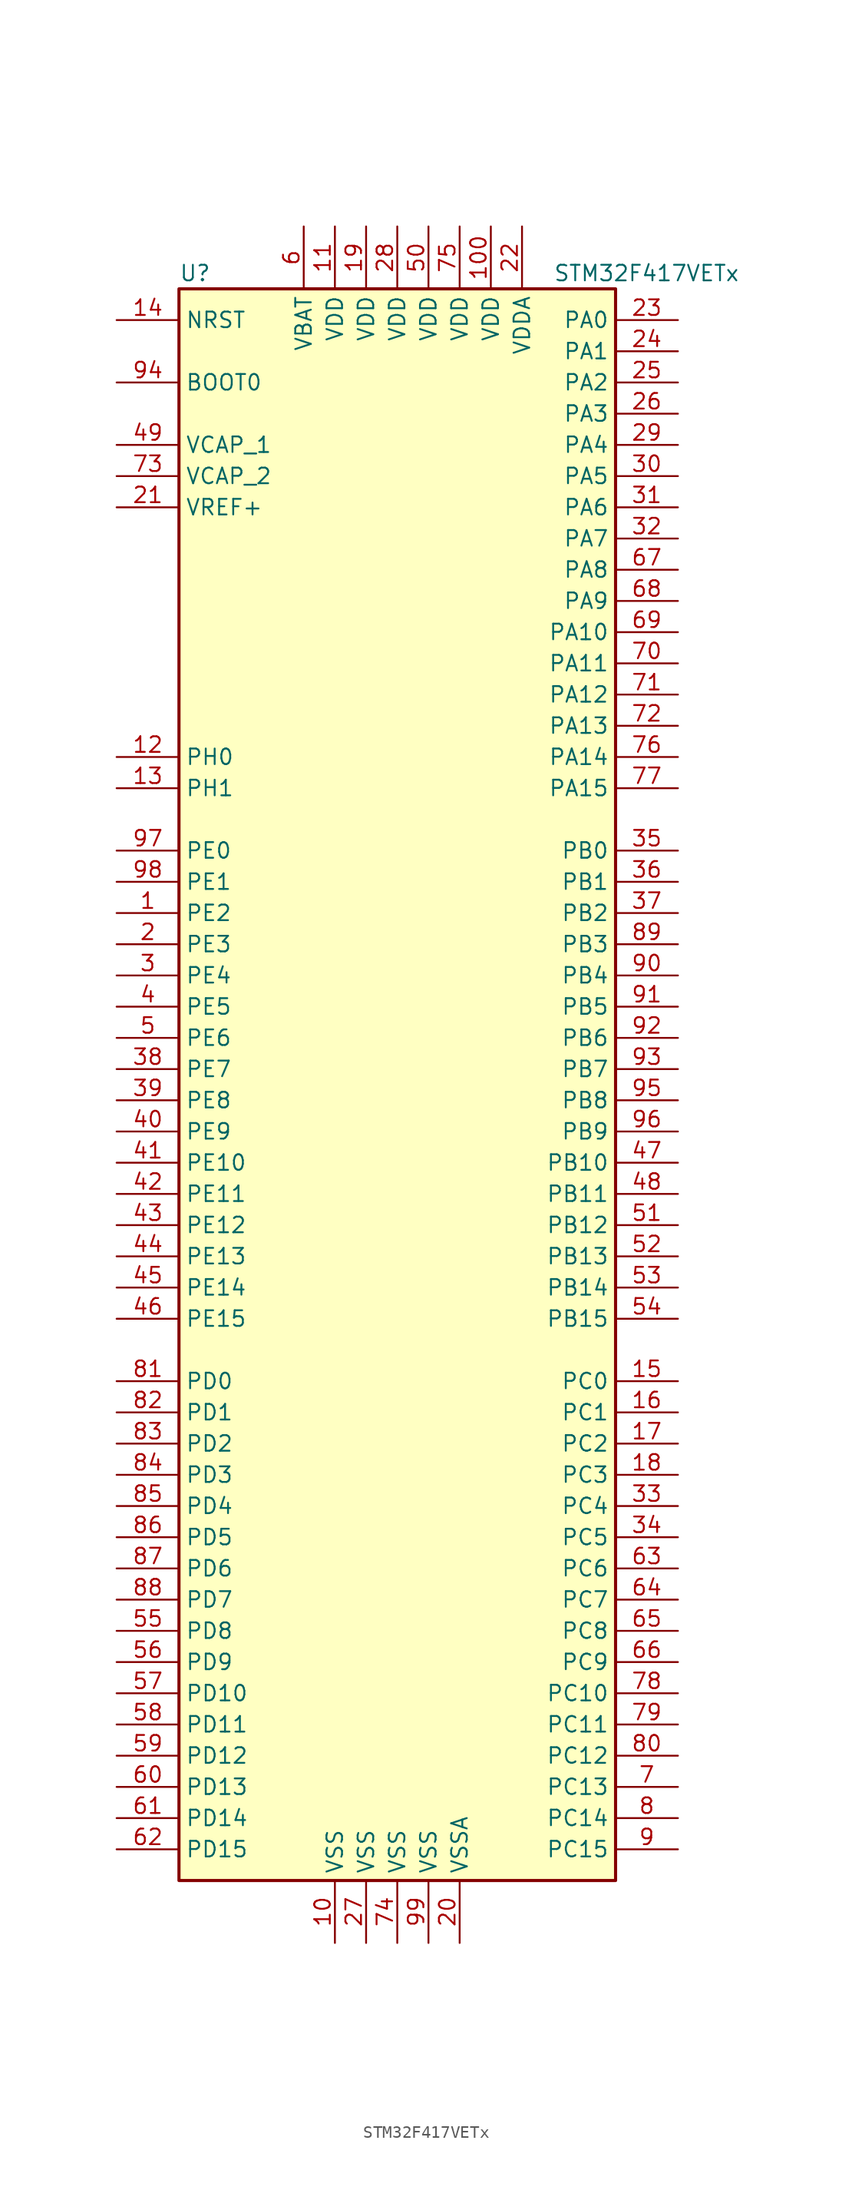
<source format=kicad_sym>
(kicad_symbol_lib
  (version 20201005)
  (generator kicad_symbol_editor)
  (symbol "MCU_ST_STM32F4:STM32F417VETx"
    (property "Reference" "U"
      (at -17.78 64.77 0)
      (effects (font (size 1.27 1.27)) (justify left)))
    (property "Value" "STM32F417VETx"
      (at 12.7 64.77 0)
      (effects (font (size 1.27 1.27)) (justify left)))
    (symbol "STM32F417VETx_0_1"
      (rectangle (start -17.78 -66.04) (end 17.78 63.5) (stroke (width 0.254)) (fill (type background))))
    (symbol "STM32F417VETx_1_1"
      (pin input line (at -22.86 55.88 0) (length 5.08) (name "BOOT0" (effects (font (size 1.27 1.27)))) (number "94" (effects (font (size 1.27 1.27)))))
      (pin input line (at -22.86 60.96 0) (length 5.08) (name "NRST" (effects (font (size 1.27 1.27)))) (number "14" (effects (font (size 1.27 1.27)))))
      (pin bidirectional line (at 22.86 60.96 180) (length 5.08) (name "PA0" (effects (font (size 1.27 1.27)))) (number "23" (effects (font (size 1.27 1.27)))))
      (pin bidirectional line (at 22.86 58.42 180) (length 5.08) (name "PA1" (effects (font (size 1.27 1.27)))) (number "24" (effects (font (size 1.27 1.27)))))
      (pin bidirectional line (at 22.86 35.56 180) (length 5.08) (name "PA10" (effects (font (size 1.27 1.27)))) (number "69" (effects (font (size 1.27 1.27)))))
      (pin bidirectional line (at 22.86 33.02 180) (length 5.08) (name "PA11" (effects (font (size 1.27 1.27)))) (number "70" (effects (font (size 1.27 1.27)))))
      (pin bidirectional line (at 22.86 30.48 180) (length 5.08) (name "PA12" (effects (font (size 1.27 1.27)))) (number "71" (effects (font (size 1.27 1.27)))))
      (pin bidirectional line (at 22.86 27.94 180) (length 5.08) (name "PA13" (effects (font (size 1.27 1.27)))) (number "72" (effects (font (size 1.27 1.27)))))
      (pin bidirectional line (at 22.86 25.4 180) (length 5.08) (name "PA14" (effects (font (size 1.27 1.27)))) (number "76" (effects (font (size 1.27 1.27)))))
      (pin bidirectional line (at 22.86 22.86 180) (length 5.08) (name "PA15" (effects (font (size 1.27 1.27)))) (number "77" (effects (font (size 1.27 1.27)))))
      (pin bidirectional line (at 22.86 55.88 180) (length 5.08) (name "PA2" (effects (font (size 1.27 1.27)))) (number "25" (effects (font (size 1.27 1.27)))))
      (pin bidirectional line (at 22.86 53.34 180) (length 5.08) (name "PA3" (effects (font (size 1.27 1.27)))) (number "26" (effects (font (size 1.27 1.27)))))
      (pin bidirectional line (at 22.86 50.8 180) (length 5.08) (name "PA4" (effects (font (size 1.27 1.27)))) (number "29" (effects (font (size 1.27 1.27)))))
      (pin bidirectional line (at 22.86 48.26 180) (length 5.08) (name "PA5" (effects (font (size 1.27 1.27)))) (number "30" (effects (font (size 1.27 1.27)))))
      (pin bidirectional line (at 22.86 45.72 180) (length 5.08) (name "PA6" (effects (font (size 1.27 1.27)))) (number "31" (effects (font (size 1.27 1.27)))))
      (pin bidirectional line (at 22.86 43.18 180) (length 5.08) (name "PA7" (effects (font (size 1.27 1.27)))) (number "32" (effects (font (size 1.27 1.27)))))
      (pin bidirectional line (at 22.86 40.64 180) (length 5.08) (name "PA8" (effects (font (size 1.27 1.27)))) (number "67" (effects (font (size 1.27 1.27)))))
      (pin bidirectional line (at 22.86 38.1 180) (length 5.08) (name "PA9" (effects (font (size 1.27 1.27)))) (number "68" (effects (font (size 1.27 1.27)))))
      (pin bidirectional line (at 22.86 17.78 180) (length 5.08) (name "PB0" (effects (font (size 1.27 1.27)))) (number "35" (effects (font (size 1.27 1.27)))))
      (pin bidirectional line (at 22.86 15.24 180) (length 5.08) (name "PB1" (effects (font (size 1.27 1.27)))) (number "36" (effects (font (size 1.27 1.27)))))
      (pin bidirectional line (at 22.86 -7.62 180) (length 5.08) (name "PB10" (effects (font (size 1.27 1.27)))) (number "47" (effects (font (size 1.27 1.27)))))
      (pin bidirectional line (at 22.86 -10.16 180) (length 5.08) (name "PB11" (effects (font (size 1.27 1.27)))) (number "48" (effects (font (size 1.27 1.27)))))
      (pin bidirectional line (at 22.86 -12.7 180) (length 5.08) (name "PB12" (effects (font (size 1.27 1.27)))) (number "51" (effects (font (size 1.27 1.27)))))
      (pin bidirectional line (at 22.86 -15.24 180) (length 5.08) (name "PB13" (effects (font (size 1.27 1.27)))) (number "52" (effects (font (size 1.27 1.27)))))
      (pin bidirectional line (at 22.86 -17.78 180) (length 5.08) (name "PB14" (effects (font (size 1.27 1.27)))) (number "53" (effects (font (size 1.27 1.27)))))
      (pin bidirectional line (at 22.86 -20.32 180) (length 5.08) (name "PB15" (effects (font (size 1.27 1.27)))) (number "54" (effects (font (size 1.27 1.27)))))
      (pin bidirectional line (at 22.86 12.7 180) (length 5.08) (name "PB2" (effects (font (size 1.27 1.27)))) (number "37" (effects (font (size 1.27 1.27)))))
      (pin bidirectional line (at 22.86 10.16 180) (length 5.08) (name "PB3" (effects (font (size 1.27 1.27)))) (number "89" (effects (font (size 1.27 1.27)))))
      (pin bidirectional line (at 22.86 7.62 180) (length 5.08) (name "PB4" (effects (font (size 1.27 1.27)))) (number "90" (effects (font (size 1.27 1.27)))))
      (pin bidirectional line (at 22.86 5.08 180) (length 5.08) (name "PB5" (effects (font (size 1.27 1.27)))) (number "91" (effects (font (size 1.27 1.27)))))
      (pin bidirectional line (at 22.86 2.54 180) (length 5.08) (name "PB6" (effects (font (size 1.27 1.27)))) (number "92" (effects (font (size 1.27 1.27)))))
      (pin bidirectional line (at 22.86 0 180) (length 5.08) (name "PB7" (effects (font (size 1.27 1.27)))) (number "93" (effects (font (size 1.27 1.27)))))
      (pin bidirectional line (at 22.86 -2.54 180) (length 5.08) (name "PB8" (effects (font (size 1.27 1.27)))) (number "95" (effects (font (size 1.27 1.27)))))
      (pin bidirectional line (at 22.86 -5.08 180) (length 5.08) (name "PB9" (effects (font (size 1.27 1.27)))) (number "96" (effects (font (size 1.27 1.27)))))
      (pin bidirectional line (at 22.86 -25.4 180) (length 5.08) (name "PC0" (effects (font (size 1.27 1.27)))) (number "15" (effects (font (size 1.27 1.27)))))
      (pin bidirectional line (at 22.86 -27.94 180) (length 5.08) (name "PC1" (effects (font (size 1.27 1.27)))) (number "16" (effects (font (size 1.27 1.27)))))
      (pin bidirectional line (at 22.86 -50.8 180) (length 5.08) (name "PC10" (effects (font (size 1.27 1.27)))) (number "78" (effects (font (size 1.27 1.27)))))
      (pin bidirectional line (at 22.86 -53.34 180) (length 5.08) (name "PC11" (effects (font (size 1.27 1.27)))) (number "79" (effects (font (size 1.27 1.27)))))
      (pin bidirectional line (at 22.86 -55.88 180) (length 5.08) (name "PC12" (effects (font (size 1.27 1.27)))) (number "80" (effects (font (size 1.27 1.27)))))
      (pin bidirectional line (at 22.86 -58.42 180) (length 5.08) (name "PC13" (effects (font (size 1.27 1.27)))) (number "7" (effects (font (size 1.27 1.27)))))
      (pin bidirectional line (at 22.86 -60.96 180) (length 5.08) (name "PC14" (effects (font (size 1.27 1.27)))) (number "8" (effects (font (size 1.27 1.27)))))
      (pin bidirectional line (at 22.86 -63.5 180) (length 5.08) (name "PC15" (effects (font (size 1.27 1.27)))) (number "9" (effects (font (size 1.27 1.27)))))
      (pin bidirectional line (at 22.86 -30.48 180) (length 5.08) (name "PC2" (effects (font (size 1.27 1.27)))) (number "17" (effects (font (size 1.27 1.27)))))
      (pin bidirectional line (at 22.86 -33.02 180) (length 5.08) (name "PC3" (effects (font (size 1.27 1.27)))) (number "18" (effects (font (size 1.27 1.27)))))
      (pin bidirectional line (at 22.86 -35.56 180) (length 5.08) (name "PC4" (effects (font (size 1.27 1.27)))) (number "33" (effects (font (size 1.27 1.27)))))
      (pin bidirectional line (at 22.86 -38.1 180) (length 5.08) (name "PC5" (effects (font (size 1.27 1.27)))) (number "34" (effects (font (size 1.27 1.27)))))
      (pin bidirectional line (at 22.86 -40.64 180) (length 5.08) (name "PC6" (effects (font (size 1.27 1.27)))) (number "63" (effects (font (size 1.27 1.27)))))
      (pin bidirectional line (at 22.86 -43.18 180) (length 5.08) (name "PC7" (effects (font (size 1.27 1.27)))) (number "64" (effects (font (size 1.27 1.27)))))
      (pin bidirectional line (at 22.86 -45.72 180) (length 5.08) (name "PC8" (effects (font (size 1.27 1.27)))) (number "65" (effects (font (size 1.27 1.27)))))
      (pin bidirectional line (at 22.86 -48.26 180) (length 5.08) (name "PC9" (effects (font (size 1.27 1.27)))) (number "66" (effects (font (size 1.27 1.27)))))
      (pin bidirectional line (at -22.86 -25.4 0) (length 5.08) (name "PD0" (effects (font (size 1.27 1.27)))) (number "81" (effects (font (size 1.27 1.27)))))
      (pin bidirectional line (at -22.86 -27.94 0) (length 5.08) (name "PD1" (effects (font (size 1.27 1.27)))) (number "82" (effects (font (size 1.27 1.27)))))
      (pin bidirectional line (at -22.86 -50.8 0) (length 5.08) (name "PD10" (effects (font (size 1.27 1.27)))) (number "57" (effects (font (size 1.27 1.27)))))
      (pin bidirectional line (at -22.86 -53.34 0) (length 5.08) (name "PD11" (effects (font (size 1.27 1.27)))) (number "58" (effects (font (size 1.27 1.27)))))
      (pin bidirectional line (at -22.86 -55.88 0) (length 5.08) (name "PD12" (effects (font (size 1.27 1.27)))) (number "59" (effects (font (size 1.27 1.27)))))
      (pin bidirectional line (at -22.86 -58.42 0) (length 5.08) (name "PD13" (effects (font (size 1.27 1.27)))) (number "60" (effects (font (size 1.27 1.27)))))
      (pin bidirectional line (at -22.86 -60.96 0) (length 5.08) (name "PD14" (effects (font (size 1.27 1.27)))) (number "61" (effects (font (size 1.27 1.27)))))
      (pin bidirectional line (at -22.86 -63.5 0) (length 5.08) (name "PD15" (effects (font (size 1.27 1.27)))) (number "62" (effects (font (size 1.27 1.27)))))
      (pin bidirectional line (at -22.86 -30.48 0) (length 5.08) (name "PD2" (effects (font (size 1.27 1.27)))) (number "83" (effects (font (size 1.27 1.27)))))
      (pin bidirectional line (at -22.86 -33.02 0) (length 5.08) (name "PD3" (effects (font (size 1.27 1.27)))) (number "84" (effects (font (size 1.27 1.27)))))
      (pin bidirectional line (at -22.86 -35.56 0) (length 5.08) (name "PD4" (effects (font (size 1.27 1.27)))) (number "85" (effects (font (size 1.27 1.27)))))
      (pin bidirectional line (at -22.86 -38.1 0) (length 5.08) (name "PD5" (effects (font (size 1.27 1.27)))) (number "86" (effects (font (size 1.27 1.27)))))
      (pin bidirectional line (at -22.86 -40.64 0) (length 5.08) (name "PD6" (effects (font (size 1.27 1.27)))) (number "87" (effects (font (size 1.27 1.27)))))
      (pin bidirectional line (at -22.86 -43.18 0) (length 5.08) (name "PD7" (effects (font (size 1.27 1.27)))) (number "88" (effects (font (size 1.27 1.27)))))
      (pin bidirectional line (at -22.86 -45.72 0) (length 5.08) (name "PD8" (effects (font (size 1.27 1.27)))) (number "55" (effects (font (size 1.27 1.27)))))
      (pin bidirectional line (at -22.86 -48.26 0) (length 5.08) (name "PD9" (effects (font (size 1.27 1.27)))) (number "56" (effects (font (size 1.27 1.27)))))
      (pin bidirectional line (at -22.86 17.78 0) (length 5.08) (name "PE0" (effects (font (size 1.27 1.27)))) (number "97" (effects (font (size 1.27 1.27)))))
      (pin bidirectional line (at -22.86 15.24 0) (length 5.08) (name "PE1" (effects (font (size 1.27 1.27)))) (number "98" (effects (font (size 1.27 1.27)))))
      (pin bidirectional line (at -22.86 -7.62 0) (length 5.08) (name "PE10" (effects (font (size 1.27 1.27)))) (number "41" (effects (font (size 1.27 1.27)))))
      (pin bidirectional line (at -22.86 -10.16 0) (length 5.08) (name "PE11" (effects (font (size 1.27 1.27)))) (number "42" (effects (font (size 1.27 1.27)))))
      (pin bidirectional line (at -22.86 -12.7 0) (length 5.08) (name "PE12" (effects (font (size 1.27 1.27)))) (number "43" (effects (font (size 1.27 1.27)))))
      (pin bidirectional line (at -22.86 -15.24 0) (length 5.08) (name "PE13" (effects (font (size 1.27 1.27)))) (number "44" (effects (font (size 1.27 1.27)))))
      (pin bidirectional line (at -22.86 -17.78 0) (length 5.08) (name "PE14" (effects (font (size 1.27 1.27)))) (number "45" (effects (font (size 1.27 1.27)))))
      (pin bidirectional line (at -22.86 -20.32 0) (length 5.08) (name "PE15" (effects (font (size 1.27 1.27)))) (number "46" (effects (font (size 1.27 1.27)))))
      (pin bidirectional line (at -22.86 12.7 0) (length 5.08) (name "PE2" (effects (font (size 1.27 1.27)))) (number "1" (effects (font (size 1.27 1.27)))))
      (pin bidirectional line (at -22.86 10.16 0) (length 5.08) (name "PE3" (effects (font (size 1.27 1.27)))) (number "2" (effects (font (size 1.27 1.27)))))
      (pin bidirectional line (at -22.86 7.62 0) (length 5.08) (name "PE4" (effects (font (size 1.27 1.27)))) (number "3" (effects (font (size 1.27 1.27)))))
      (pin bidirectional line (at -22.86 5.08 0) (length 5.08) (name "PE5" (effects (font (size 1.27 1.27)))) (number "4" (effects (font (size 1.27 1.27)))))
      (pin bidirectional line (at -22.86 2.54 0) (length 5.08) (name "PE6" (effects (font (size 1.27 1.27)))) (number "5" (effects (font (size 1.27 1.27)))))
      (pin bidirectional line (at -22.86 0 0) (length 5.08) (name "PE7" (effects (font (size 1.27 1.27)))) (number "38" (effects (font (size 1.27 1.27)))))
      (pin bidirectional line (at -22.86 -2.54 0) (length 5.08) (name "PE8" (effects (font (size 1.27 1.27)))) (number "39" (effects (font (size 1.27 1.27)))))
      (pin bidirectional line (at -22.86 -5.08 0) (length 5.08) (name "PE9" (effects (font (size 1.27 1.27)))) (number "40" (effects (font (size 1.27 1.27)))))
      (pin input line (at -22.86 25.4 0) (length 5.08) (name "PH0" (effects (font (size 1.27 1.27)))) (number "12" (effects (font (size 1.27 1.27)))))
      (pin input line (at -22.86 22.86 0) (length 5.08) (name "PH1" (effects (font (size 1.27 1.27)))) (number "13" (effects (font (size 1.27 1.27)))))
      (pin power_in line (at -7.62 68.58 270) (length 5.08) (name "VBAT" (effects (font (size 1.27 1.27)))) (number "6" (effects (font (size 1.27 1.27)))))
      (pin power_in line (at -22.86 50.8 0) (length 5.08) (name "VCAP_1" (effects (font (size 1.27 1.27)))) (number "49" (effects (font (size 1.27 1.27)))))
      (pin power_in line (at -22.86 48.26 0) (length 5.08) (name "VCAP_2" (effects (font (size 1.27 1.27)))) (number "73" (effects (font (size 1.27 1.27)))))
      (pin power_in line (at 7.62 68.58 270) (length 5.08) (name "VDD" (effects (font (size 1.27 1.27)))) (number "100" (effects (font (size 1.27 1.27)))))
      (pin power_in line (at -5.08 68.58 270) (length 5.08) (name "VDD" (effects (font (size 1.27 1.27)))) (number "11" (effects (font (size 1.27 1.27)))))
      (pin power_in line (at -2.54 68.58 270) (length 5.08) (name "VDD" (effects (font (size 1.27 1.27)))) (number "19" (effects (font (size 1.27 1.27)))))
      (pin power_in line (at 0 68.58 270) (length 5.08) (name "VDD" (effects (font (size 1.27 1.27)))) (number "28" (effects (font (size 1.27 1.27)))))
      (pin power_in line (at 2.54 68.58 270) (length 5.08) (name "VDD" (effects (font (size 1.27 1.27)))) (number "50" (effects (font (size 1.27 1.27)))))
      (pin power_in line (at 5.08 68.58 270) (length 5.08) (name "VDD" (effects (font (size 1.27 1.27)))) (number "75" (effects (font (size 1.27 1.27)))))
      (pin power_in line (at 10.16 68.58 270) (length 5.08) (name "VDDA" (effects (font (size 1.27 1.27)))) (number "22" (effects (font (size 1.27 1.27)))))
      (pin power_in line (at -22.86 45.72 0) (length 5.08) (name "VREF+" (effects (font (size 1.27 1.27)))) (number "21" (effects (font (size 1.27 1.27)))))
      (pin power_in line (at -5.08 -71.12 90) (length 5.08) (name "VSS" (effects (font (size 1.27 1.27)))) (number "10" (effects (font (size 1.27 1.27)))))
      (pin power_in line (at -2.54 -71.12 90) (length 5.08) (name "VSS" (effects (font (size 1.27 1.27)))) (number "27" (effects (font (size 1.27 1.27)))))
      (pin power_in line (at 0 -71.12 90) (length 5.08) (name "VSS" (effects (font (size 1.27 1.27)))) (number "74" (effects (font (size 1.27 1.27)))))
      (pin power_in line (at 2.54 -71.12 90) (length 5.08) (name "VSS" (effects (font (size 1.27 1.27)))) (number "99" (effects (font (size 1.27 1.27)))))
      (pin power_in line (at 5.08 -71.12 90) (length 5.08) (name "VSSA" (effects (font (size 1.27 1.27)))) (number "20" (effects (font (size 1.27 1.27))))))))
</source>
